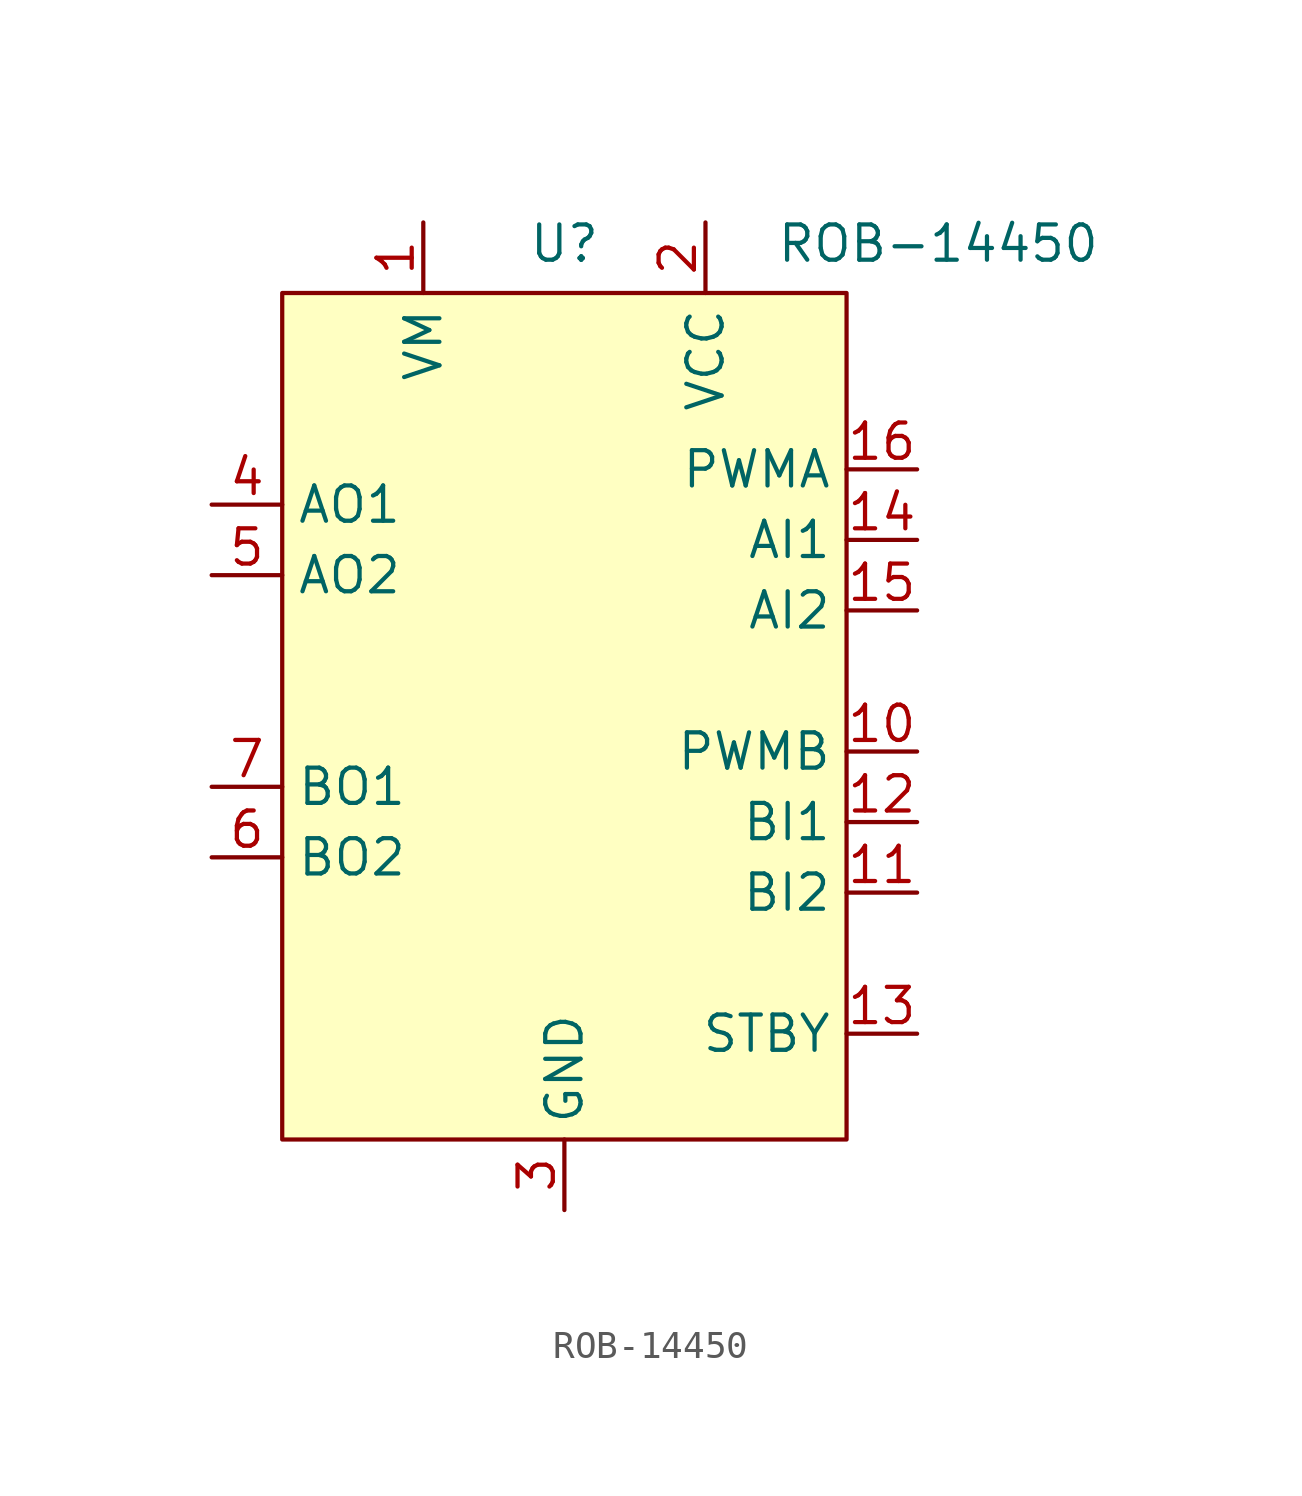
<source format=kicad_sym>
(kicad_symbol_lib
  (version 20231120)
  (generator "kicad_symbol_editor")
  (generator_version "8.0")
  (symbol "ROB-14450"
    (property "Reference" "U"
      (at 0 17.018 0)
      (effects (font (size 1.27 1.27))))
    (property "Value" "ROB-14450"
      (at 13.462 17.018 0)
      (effects (font (size 1.27 1.27))))
    (symbol "ROB-14450_1_1"
      (rectangle (start -10.16 15.24) (end 10.16 -15.24) (stroke (width 0) (type default)) (fill (type background)))
      (pin power_in line (at -5.08 17.78 270) (length 2.54) (name "VM" (effects (font (size 1.27 1.27)))) (number "1" (effects (font (size 1.27 1.27)))))
      (pin input line (at 12.7 -1.27 180) (length 2.54) (name "PWMB" (effects (font (size 1.27 1.27)))) (number "10" (effects (font (size 1.27 1.27)))))
      (pin input line (at 12.7 -6.35 180) (length 2.54) (name "BI2" (effects (font (size 1.27 1.27)))) (number "11" (effects (font (size 1.27 1.27)))))
      (pin input line (at 12.7 -3.81 180) (length 2.54) (name "BI1" (effects (font (size 1.27 1.27)))) (number "12" (effects (font (size 1.27 1.27)))))
      (pin input line (at 12.7 -11.43 180) (length 2.54) (name "STBY" (effects (font (size 1.27 1.27)))) (number "13" (effects (font (size 1.27 1.27)))))
      (pin input line (at 12.7 6.35 180) (length 2.54) (name "AI1" (effects (font (size 1.27 1.27)))) (number "14" (effects (font (size 1.27 1.27)))))
      (pin input line (at 12.7 3.81 180) (length 2.54) (name "AI2" (effects (font (size 1.27 1.27)))) (number "15" (effects (font (size 1.27 1.27)))))
      (pin input line (at 12.7 8.89 180) (length 2.54) (name "PWMA" (effects (font (size 1.27 1.27)))) (number "16" (effects (font (size 1.27 1.27)))))
      (pin power_in line (at 5.08 17.78 270) (length 2.54) (name "VCC" (effects (font (size 1.27 1.27)))) (number "2" (effects (font (size 1.27 1.27)))))
      (pin power_in line (at 0 -17.78 90) (length 2.54) (name "GND" (effects (font (size 1.27 1.27)))) (number "3" (effects (font (size 1.27 1.27)))))
      (pin output line (at -12.7 7.62 0) (length 2.54) (name "AO1" (effects (font (size 1.27 1.27)))) (number "4" (effects (font (size 1.27 1.27)))))
      (pin output line (at -12.7 5.08 0) (length 2.54) (name "AO2" (effects (font (size 1.27 1.27)))) (number "5" (effects (font (size 1.27 1.27)))))
      (pin output line (at -12.7 -5.08 0) (length 2.54) (name "BO2" (effects (font (size 1.27 1.27)))) (number "6" (effects (font (size 1.27 1.27)))))
      (pin output line (at -12.7 -2.54 0) (length 2.54) (name "BO1" (effects (font (size 1.27 1.27)))) (number "7" (effects (font (size 1.27 1.27)))))
      (pin power_in line (at 0 -17.78 90) (length 2.54) hide (name "GND" (effects (font (size 1.27 1.27)))) (number "8" (effects (font (size 1.27 1.27)))))
      (pin power_in line (at 0 -17.78 90) (length 2.54) hide (name "GND" (effects (font (size 1.27 1.27)))) (number "9" (effects (font (size 1.27 1.27))))))))
</source>
